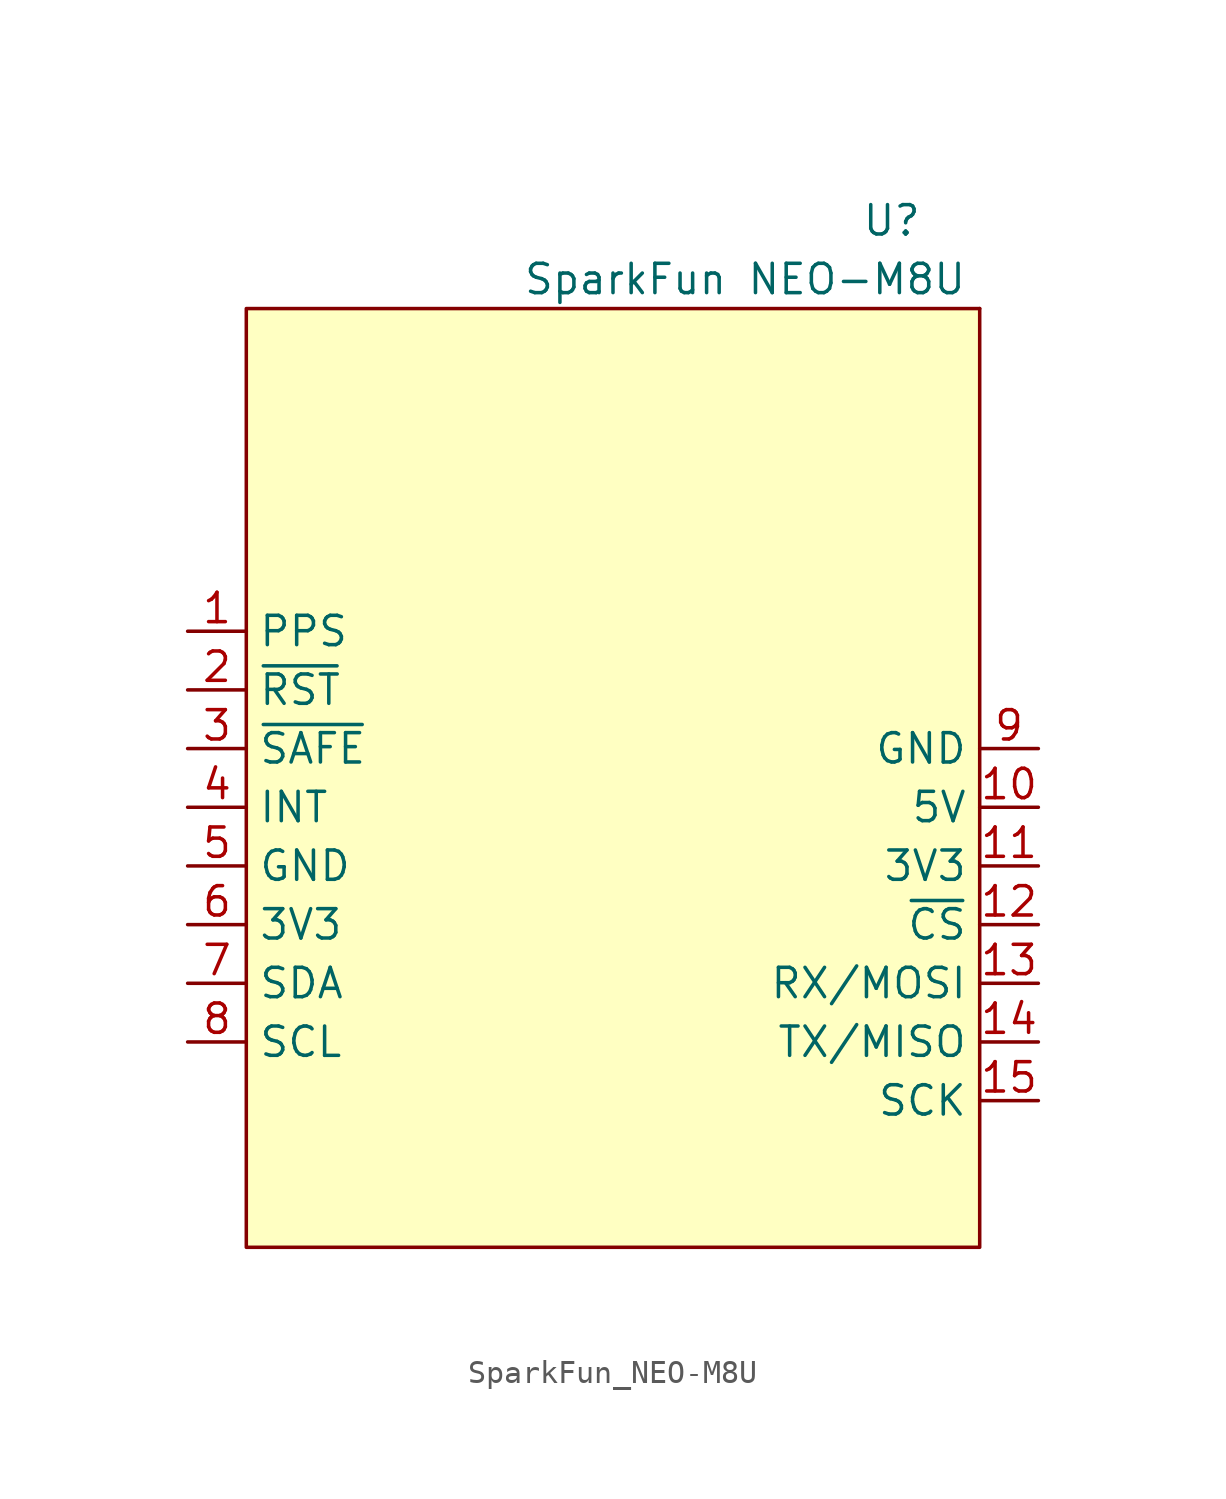
<source format=kicad_sym>
(kicad_symbol_lib
  (version 20220914)
  (generator kicad_symbol_editor)
  (symbol "SparkFun_NEO-M8U"
    (property "Reference" "U"
      (at 12.7 25.4 0)
      (effects (font (size 1.27 1.27))))
    (property "Value" "SparkFun NEO-M8U"
      (at 6.35 22.86 0)
      (effects (font (size 1.27 1.27))))
    (symbol "SparkFun_NEO-M8U_0_0"
      (pin output line (at -17.78 7.62 0) (length 2.54) (name "PPS" (effects (font (size 1.27 1.27)))) (number "1" (effects (font (size 1.27 1.27)))))
      (pin power_in line (at 19.05 0 180) (length 2.54) (name "5V" (effects (font (size 1.27 1.27)))) (number "10" (effects (font (size 1.27 1.27)))))
      (pin power_in line (at 19.05 -2.54 180) (length 2.54) (name "3V3" (effects (font (size 1.27 1.27)))) (number "11" (effects (font (size 1.27 1.27)))))
      (pin input line (at 19.05 -5.08 180) (length 2.54) (name "~{CS}" (effects (font (size 1.27 1.27)))) (number "12" (effects (font (size 1.27 1.27)))))
      (pin input line (at 19.05 -7.62 180) (length 2.54) (name "RX/MOSI" (effects (font (size 1.27 1.27)))) (number "13" (effects (font (size 1.27 1.27)))))
      (pin output line (at 19.05 -10.16 180) (length 2.54) (name "TX/MISO" (effects (font (size 1.27 1.27)))) (number "14" (effects (font (size 1.27 1.27)))))
      (pin input line (at 19.05 -12.7 180) (length 2.54) (name "SCK" (effects (font (size 1.27 1.27)))) (number "15" (effects (font (size 1.27 1.27)))))
      (pin input line (at -17.78 5.08 0) (length 2.54) (name "~{RST}" (effects (font (size 1.27 1.27)))) (number "2" (effects (font (size 1.27 1.27)))))
      (pin input line (at -17.78 2.54 0) (length 2.54) (name "~{SAFE}" (effects (font (size 1.27 1.27)))) (number "3" (effects (font (size 1.27 1.27)))))
      (pin input line (at -17.78 0 0) (length 2.54) (name "INT" (effects (font (size 1.27 1.27)))) (number "4" (effects (font (size 1.27 1.27)))))
      (pin unspecified line (at -17.78 -2.54 0) (length 2.54) (name "GND" (effects (font (size 1.27 1.27)))) (number "5" (effects (font (size 1.27 1.27)))))
      (pin power_in line (at -17.78 -5.08 0) (length 2.54) (name "3V3" (effects (font (size 1.27 1.27)))) (number "6" (effects (font (size 1.27 1.27)))))
      (pin bidirectional line (at -17.78 -7.62 0) (length 2.54) (name "SDA" (effects (font (size 1.27 1.27)))) (number "7" (effects (font (size 1.27 1.27)))))
      (pin bidirectional line (at -17.78 -10.16 0) (length 2.54) (name "SCL" (effects (font (size 1.27 1.27)))) (number "8" (effects (font (size 1.27 1.27)))))
      (pin bidirectional line (at 19.05 2.54 180) (length 2.54) (name "GND" (effects (font (size 1.27 1.27)))) (number "9" (effects (font (size 1.27 1.27))))))
    (symbol "SparkFun_NEO-M8U_0_1"
      (rectangle (start 16.51 21.59) (end 16.51 21.59) (stroke (width 0) (type default)) (fill (type none))))
    (symbol "SparkFun_NEO-M8U_1_1"
      (rectangle (start -15.24 21.59) (end 16.51 -19.05) (stroke (width 0) (type default)) (fill (type background))))))
</source>
